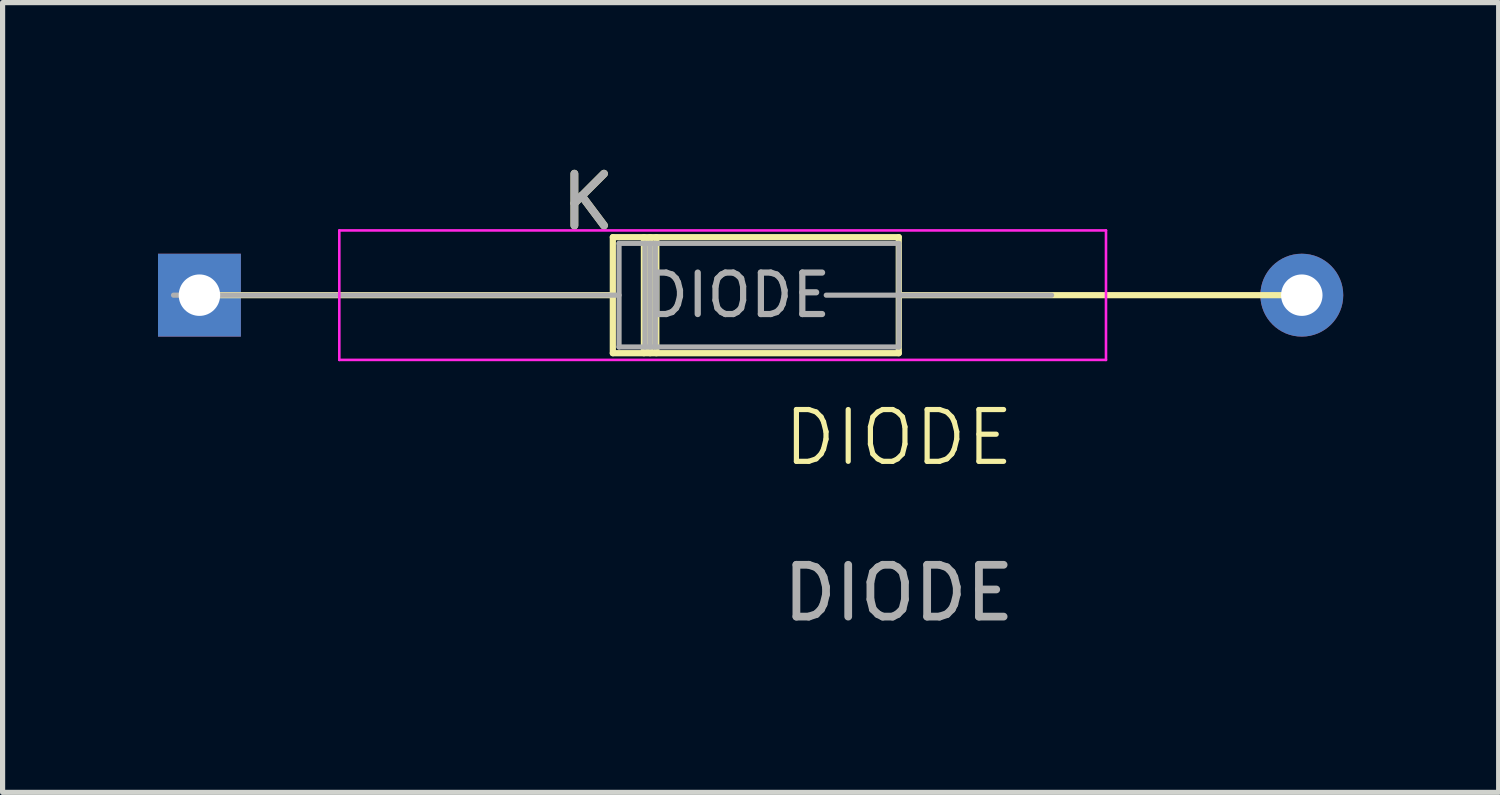
<source format=kicad_pcb>
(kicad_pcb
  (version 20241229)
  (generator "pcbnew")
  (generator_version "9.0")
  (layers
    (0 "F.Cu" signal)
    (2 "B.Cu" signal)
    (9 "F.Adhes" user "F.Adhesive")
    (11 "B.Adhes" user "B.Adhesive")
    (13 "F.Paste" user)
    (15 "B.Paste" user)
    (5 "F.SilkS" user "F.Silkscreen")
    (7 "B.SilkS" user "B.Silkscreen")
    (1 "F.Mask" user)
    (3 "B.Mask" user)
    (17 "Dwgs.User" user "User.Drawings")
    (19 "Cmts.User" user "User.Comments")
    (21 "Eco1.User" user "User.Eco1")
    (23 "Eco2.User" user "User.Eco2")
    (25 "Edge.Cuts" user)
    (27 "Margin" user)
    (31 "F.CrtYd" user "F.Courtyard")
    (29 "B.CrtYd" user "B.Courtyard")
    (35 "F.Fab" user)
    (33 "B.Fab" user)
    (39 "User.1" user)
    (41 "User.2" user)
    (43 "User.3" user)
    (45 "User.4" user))
  (footprint "DIODE"
    (layer "F.Cu")
    (at 8.8 4.898)
    (property "Reference" "DIODE" (at 5.5 0.5 0) (unlocked yes) (layer "F.SilkS") (effects (font (size 1 1) (thickness 0.1))))
    (attr through_hole)
    (fp_line (start -8 -2.25) (end -0.02 -2.25) (stroke (width 0.12) (type solid)) (layer "F.SilkS"))
    (fp_line (start -0.02 -3.37) (end -0.02 -1.13) (stroke (width 0.12) (type solid)) (layer "F.SilkS"))
    (fp_line (start -0.02 -1.13) (end 5.5 -1.13) (stroke (width 0.12) (type solid)) (layer "F.SilkS"))
    (fp_line (start 0.58 -3.37) (end 0.58 -1.13) (stroke (width 0.12) (type solid)) (layer "F.SilkS"))
    (fp_line (start 0.7 -3.37) (end 0.7 -1.13) (stroke (width 0.12) (type solid)) (layer "F.SilkS"))
    (fp_line (start 0.82 -3.37) (end 0.82 -1.13) (stroke (width 0.12) (type solid)) (layer "F.SilkS"))
    (fp_line (start 5.5 -3.37) (end -0.02 -3.37) (stroke (width 0.12) (type solid)) (layer "F.SilkS"))
    (fp_line (start 5.5 -1.13) (end 5.5 -3.37) (stroke (width 0.12) (type solid)) (layer "F.SilkS"))
    (fp_line (start 13.28 -2.25) (end 5.5 -2.25) (stroke (width 0.12) (type solid)) (layer "F.SilkS"))
    (fp_line (start -5.3 -3.5) (end -5.3 -1) (stroke (width 0.05) (type solid)) (layer "F.CrtYd"))
    (fp_line (start -5.3 -1) (end 9.5 -1) (stroke (width 0.05) (type solid)) (layer "F.CrtYd"))
    (fp_line (start 9.5 -3.5) (end -5.3 -3.5) (stroke (width 0.05) (type solid)) (layer "F.CrtYd"))
    (fp_line (start 9.5 -1) (end 9.5 -3.5) (stroke (width 0.05) (type solid)) (layer "F.CrtYd"))
    (fp_line (start -8.5 -2.25) (end 0.1 -2.25) (stroke (width 0.1) (type solid)) (layer "F.Fab"))
    (fp_line (start 0.1 -3.25) (end 0.1 -1.25) (stroke (width 0.1) (type solid)) (layer "F.Fab"))
    (fp_line (start 0.1 -1.25) (end 5.5 -1.25) (stroke (width 0.1) (type solid)) (layer "F.Fab"))
    (fp_line (start 0.6 -3.25) (end 0.6 -1.25) (stroke (width 0.1) (type solid)) (layer "F.Fab"))
    (fp_line (start 0.7 -3.25) (end 0.7 -1.25) (stroke (width 0.1) (type solid)) (layer "F.Fab"))
    (fp_line (start 0.8 -3.25) (end 0.8 -1.25) (stroke (width 0.1) (type solid)) (layer "F.Fab"))
    (fp_line (start 5.5 -3.25) (end 0.1 -3.25) (stroke (width 0.1) (type solid)) (layer "F.Fab"))
    (fp_line (start 5.5 -1.25) (end 5.5 -3.25) (stroke (width 0.1) (type solid)) (layer "F.Fab"))
    (fp_line (start 8.45 -2.25) (end 4.1 -2.25) (stroke (width 0.1) (type solid)) (layer "F.Fab"))
    (fp_text user "K" (at -0.5 -4.05 0) (layer "F.SilkS") (effects (font (size 1 1) (thickness 0.15))))
    (fp_text user "${REFERENCE}" (at 2.4 -2.25 0) (layer "F.Fab") (effects (font (size 0.8 0.8) (thickness 0.12))))
    (fp_text user "${REFERENCE}" (at 5.5 3.5 0) (unlocked yes) (layer "F.Fab") (effects (font (size 1 1) (thickness 0.15))))
    (fp_text user "K" (at -0.5 -4.05 0) (layer "F.Fab") (effects (font (size 1 1) (thickness 0.15))))
    (pad "1" thru_hole rect (at -8 -2.25) (size 1.6 1.6) (drill 0.8) (layers "*.Cu" "*.Mask"))
    (pad "2" thru_hole oval (at 13.28 -2.25) (size 1.6 1.6) (drill 0.8) (layers "*.Cu" "*.Mask")))
  (gr_rect
    (start -3 -3)
    (end 25.88 12.246)
    (stroke (width 0.1) (type default))
    (fill no)
    (layer "Edge.Cuts")))
</source>
